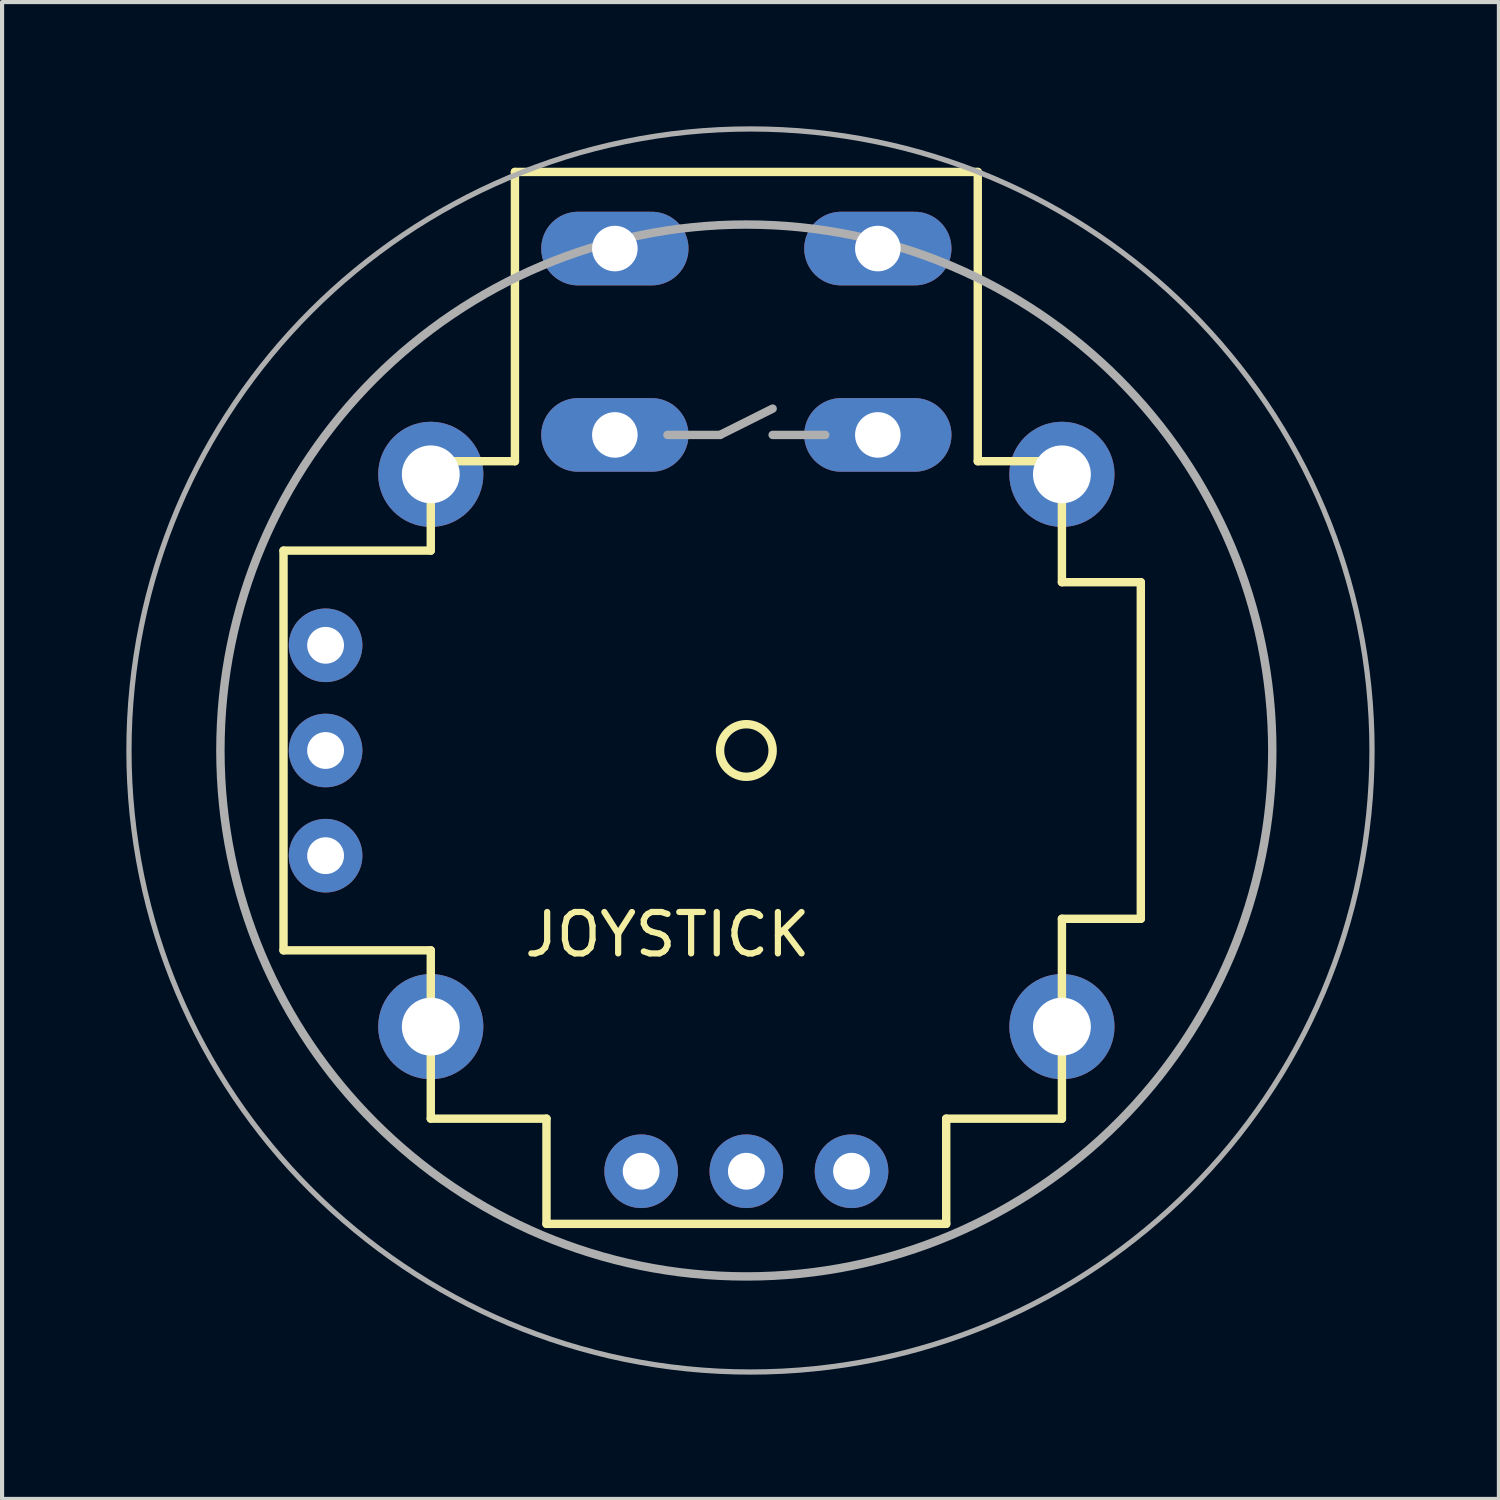
<source format=kicad_pcb>
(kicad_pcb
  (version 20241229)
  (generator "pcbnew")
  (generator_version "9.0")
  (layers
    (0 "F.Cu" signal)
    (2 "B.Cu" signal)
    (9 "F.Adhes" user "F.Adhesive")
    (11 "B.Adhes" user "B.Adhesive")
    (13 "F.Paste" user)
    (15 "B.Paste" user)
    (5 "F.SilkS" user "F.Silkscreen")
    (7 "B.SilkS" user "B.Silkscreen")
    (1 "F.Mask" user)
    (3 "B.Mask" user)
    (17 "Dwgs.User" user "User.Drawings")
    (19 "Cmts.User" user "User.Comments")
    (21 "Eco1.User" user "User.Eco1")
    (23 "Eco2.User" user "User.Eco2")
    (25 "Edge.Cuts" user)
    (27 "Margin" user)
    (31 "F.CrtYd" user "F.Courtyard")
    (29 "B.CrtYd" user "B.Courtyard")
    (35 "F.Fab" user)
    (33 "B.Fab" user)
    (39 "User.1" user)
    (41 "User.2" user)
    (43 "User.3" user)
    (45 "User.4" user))
  (footprint "JOYSTICK"
    (layer "F.Cu")
    (at 14.972 15.072)
    (property "Reference" "JOYSTICK" (at -1.905 4.445 0) (layer "F.SilkS") (effects (font (size 1 1) (thickness 0.15))))
    (attr through_hole)
    (fp_line (start -11.176 -4.826) (end -11.176 4.826) (stroke (width 0.203) (type solid)) (layer "F.SilkS"))
    (fp_line (start -7.62 -4.826) (end -11.176 -4.826) (stroke (width 0.203) (type solid)) (layer "F.SilkS"))
    (fp_line (start -7.62 -4.826) (end -7.62 -6.985) (stroke (width 0.203) (type solid)) (layer "F.SilkS"))
    (fp_line (start -7.62 4.826) (end -11.176 4.826) (stroke (width 0.203) (type solid)) (layer "F.SilkS"))
    (fp_line (start -7.62 4.826) (end -7.62 8.89) (stroke (width 0.203) (type solid)) (layer "F.SilkS"))
    (fp_line (start -5.588 -13.97) (end -5.588 -6.985) (stroke (width 0.203) (type solid)) (layer "F.SilkS"))
    (fp_line (start -5.588 -6.985) (end -7.62 -6.985) (stroke (width 0.203) (type solid)) (layer "F.SilkS"))
    (fp_line (start -4.826 8.89) (end -7.62 8.89) (stroke (width 0.203) (type solid)) (layer "F.SilkS"))
    (fp_line (start -4.826 11.43) (end -4.826 8.89) (stroke (width 0.203) (type solid)) (layer "F.SilkS"))
    (fp_line (start 4.826 8.89) (end 7.62 8.89) (stroke (width 0.203) (type solid)) (layer "F.SilkS"))
    (fp_line (start 4.826 11.43) (end -4.826 11.43) (stroke (width 0.203) (type solid)) (layer "F.SilkS"))
    (fp_line (start 4.826 11.43) (end 4.826 8.89) (stroke (width 0.203) (type solid)) (layer "F.SilkS"))
    (fp_line (start 5.588 -13.97) (end -5.588 -13.97) (stroke (width 0.203) (type solid)) (layer "F.SilkS"))
    (fp_line (start 5.588 -13.97) (end 5.588 -6.985) (stroke (width 0.203) (type solid)) (layer "F.SilkS"))
    (fp_line (start 7.62 -6.985) (end 5.588 -6.985) (stroke (width 0.203) (type solid)) (layer "F.SilkS"))
    (fp_line (start 7.62 -4.064) (end 7.62 -6.985) (stroke (width 0.203) (type solid)) (layer "F.SilkS"))
    (fp_line (start 7.62 -4.064) (end 9.525 -4.064) (stroke (width 0.203) (type solid)) (layer "F.SilkS"))
    (fp_line (start 7.62 4.064) (end 7.62 8.89) (stroke (width 0.203) (type solid)) (layer "F.SilkS"))
    (fp_line (start 7.62 4.064) (end 9.525 4.064) (stroke (width 0.203) (type solid)) (layer "F.SilkS"))
    (fp_line (start 9.525 -4.064) (end 9.525 4.064) (stroke (width 0.203) (type solid)) (layer "F.SilkS"))
    (fp_circle (center 0 0) (end 0.635 0) (stroke (width 0.203) (type solid)) (fill no) (layer "F.SilkS"))
    (fp_line (start -1.905 -7.62) (end -0.635 -7.62) (stroke (width 0.203) (type solid)) (layer "F.Fab"))
    (fp_line (start -0.635 -7.62) (end 0.635 -8.255) (stroke (width 0.203) (type solid)) (layer "F.Fab"))
    (fp_line (start 0.635 -7.62) (end 1.905 -7.62) (stroke (width 0.203) (type solid)) (layer "F.Fab"))
    (fp_circle (center 0 0) (end 12.7 0) (stroke (width 0.203) (type solid)) (fill no) (layer "F.Fab"))
    (fp_circle (center 0.1 0) (end 15.108 0) (stroke (width 0.127) (type solid)) (fill no) (layer "F.Fab"))
    (pad "B1A" thru_hole oval (at -3.175 -12.12) (size 3.556 1.778) (drill 1.1) (layers "*.Cu" "*.Mask"))
    (pad "B1B" thru_hole oval (at 3.175 -12.12) (size 3.556 1.778) (drill 1.1) (layers "*.Cu" "*.Mask"))
    (pad "B2A" thru_hole oval (at -3.175 -7.62) (size 3.556 1.778) (drill 1.1) (layers "*.Cu" "*.Mask"))
    (pad "B2B" thru_hole oval (at 3.175 -7.62) (size 3.556 1.778) (drill 1.1) (layers "*.Cu" "*.Mask"))
    (pad "H1" thru_hole circle (at -2.54 10.16) (size 1.778 1.778) (drill 0.889) (layers "*.Cu" "*.Mask"))
    (pad "H2" thru_hole circle (at 0 10.16) (size 1.778 1.778) (drill 0.889) (layers "*.Cu" "*.Mask"))
    (pad "H3" thru_hole circle (at 2.54 10.16) (size 1.778 1.778) (drill 0.889) (layers "*.Cu" "*.Mask"))
    (pad "MOUNT1" thru_hole circle (at -7.62 -6.668) (size 2.54 2.54) (drill 1.397) (layers "*.Cu" "*.Mask"))
    (pad "MOUNT2" thru_hole circle (at -7.62 6.668) (size 2.54 2.54) (drill 1.397) (layers "*.Cu" "*.Mask"))
    (pad "MOUNT3" thru_hole circle (at 7.62 6.668) (size 2.54 2.54) (drill 1.397) (layers "*.Cu" "*.Mask"))
    (pad "MOUNT4" thru_hole circle (at 7.62 -6.668) (size 2.54 2.54) (drill 1.397) (layers "*.Cu" "*.Mask"))
    (pad "V1" thru_hole circle (at -10.16 -2.54) (size 1.778 1.778) (drill 0.889) (layers "*.Cu" "*.Mask"))
    (pad "V2" thru_hole circle (at -10.16 0) (size 1.778 1.778) (drill 0.889) (layers "*.Cu" "*.Mask"))
    (pad "V3" thru_hole circle (at -10.16 2.54) (size 1.778 1.778) (drill 0.889) (layers "*.Cu" "*.Mask")))
  (gr_rect
    (start -3 -3)
    (end 33.144 33.144)
    (stroke (width 0.1) (type default))
    (fill no)
    (layer "Edge.Cuts")))
</source>
